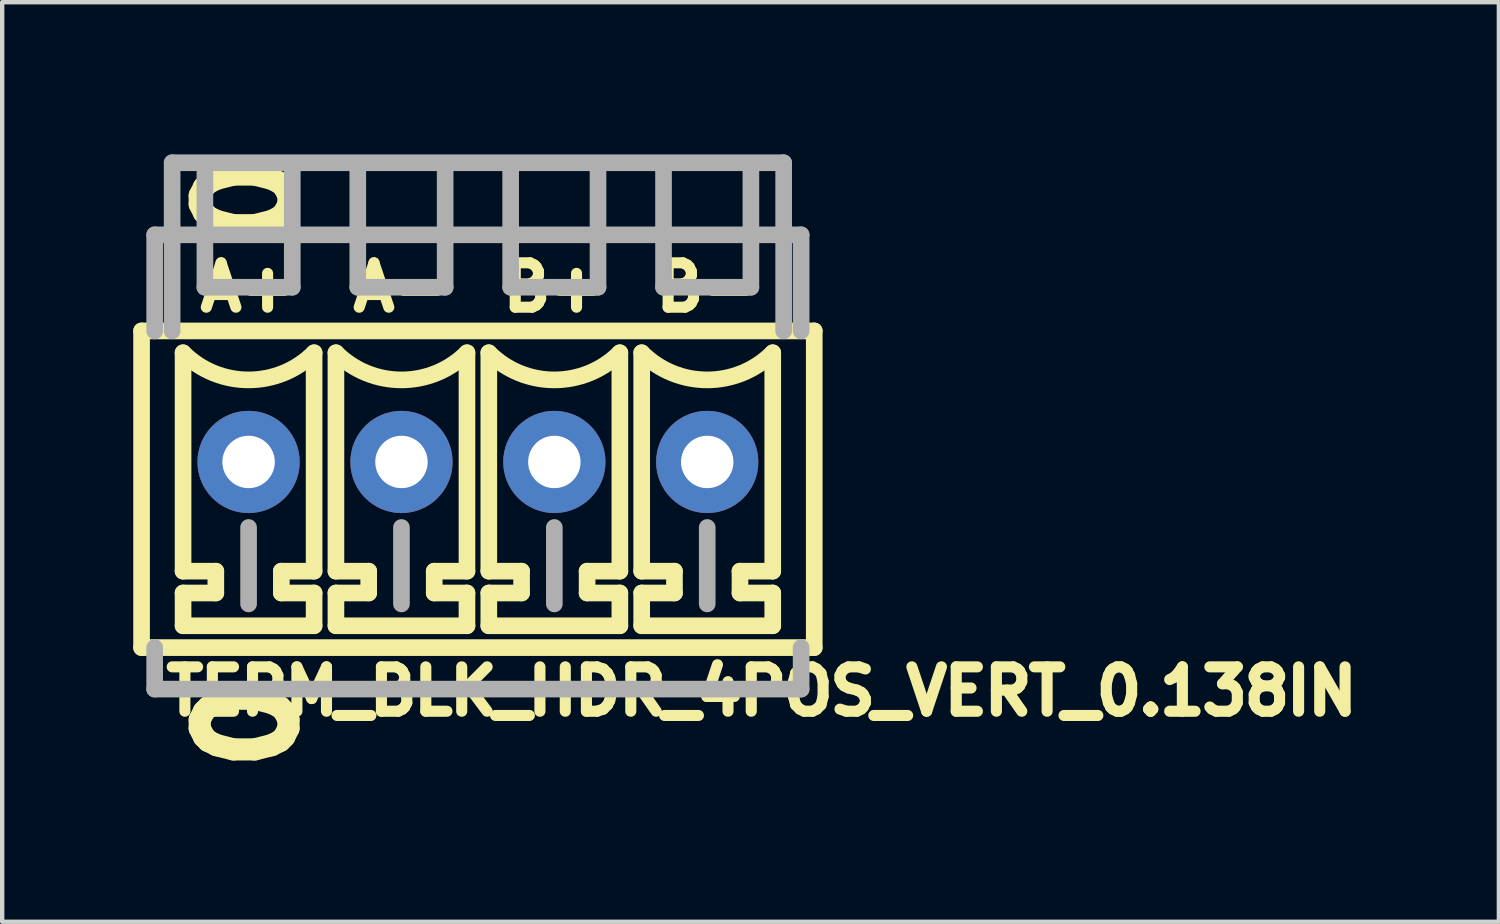
<source format=kicad_pcb>
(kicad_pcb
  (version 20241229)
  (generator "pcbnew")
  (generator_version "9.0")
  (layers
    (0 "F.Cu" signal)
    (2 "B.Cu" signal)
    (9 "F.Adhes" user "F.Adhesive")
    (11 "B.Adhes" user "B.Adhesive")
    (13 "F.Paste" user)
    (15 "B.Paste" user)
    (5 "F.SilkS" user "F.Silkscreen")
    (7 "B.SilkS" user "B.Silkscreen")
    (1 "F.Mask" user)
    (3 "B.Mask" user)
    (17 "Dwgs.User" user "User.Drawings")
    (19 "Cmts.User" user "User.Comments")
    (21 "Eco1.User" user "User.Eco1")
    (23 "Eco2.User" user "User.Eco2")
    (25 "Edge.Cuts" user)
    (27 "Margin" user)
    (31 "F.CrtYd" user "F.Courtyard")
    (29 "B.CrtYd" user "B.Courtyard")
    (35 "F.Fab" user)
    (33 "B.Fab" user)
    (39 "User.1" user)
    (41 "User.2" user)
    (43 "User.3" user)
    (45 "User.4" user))
  (footprint "TERM_BLK_HDR_4POS_VERT_0.138IN"
    (layer "F.Cu")
    (at 7.891 7.526)
    (property "Reference" "TERM_BLK_HDR_4POS_VERT_0.138IN" (at 6.5 5.25 180) (layer "F.SilkS") (effects (font (size 1.016 1.016) (thickness 0.254))))
    (attr through_hole)
    (fp_line (start -7.7 -3) (end -7.7 4.25) (stroke (width 0.381) (type solid)) (layer "F.SilkS"))
    (fp_line (start -6.75 -2.5) (end -6.75 2.5) (stroke (width 0.381) (type solid)) (layer "F.SilkS"))
    (fp_line (start -6.75 2.5) (end -6 2.5) (stroke (width 0.381) (type solid)) (layer "F.SilkS"))
    (fp_line (start -6.75 3) (end -6.75 3.75) (stroke (width 0.381) (type solid)) (layer "F.SilkS"))
    (fp_line (start -6.75 3.75) (end -3.75 3.75) (stroke (width 0.381) (type solid)) (layer "F.SilkS"))
    (fp_line (start -6 2.5) (end -6 3) (stroke (width 0.381) (type solid)) (layer "F.SilkS"))
    (fp_line (start -6 3) (end -6.75 3) (stroke (width 0.381) (type solid)) (layer "F.SilkS"))
    (fp_line (start -4.5 2.5) (end -4.5 3) (stroke (width 0.381) (type solid)) (layer "F.SilkS"))
    (fp_line (start -4.5 3) (end -3.75 3) (stroke (width 0.381) (type solid)) (layer "F.SilkS"))
    (fp_line (start -3.75 -2.5) (end -3.75 2.5) (stroke (width 0.381) (type solid)) (layer "F.SilkS"))
    (fp_line (start -3.75 2.5) (end -4.5 2.5) (stroke (width 0.381) (type solid)) (layer "F.SilkS"))
    (fp_line (start -3.75 3) (end -3.75 3.75) (stroke (width 0.381) (type solid)) (layer "F.SilkS"))
    (fp_line (start -3.25 -2.5) (end -3.25 2.5) (stroke (width 0.381) (type solid)) (layer "F.SilkS"))
    (fp_line (start -3.25 2.5) (end -2.5 2.5) (stroke (width 0.381) (type solid)) (layer "F.SilkS"))
    (fp_line (start -3.25 3) (end -3.25 3.75) (stroke (width 0.381) (type solid)) (layer "F.SilkS"))
    (fp_line (start -3.25 3.75) (end -0.25 3.75) (stroke (width 0.381) (type solid)) (layer "F.SilkS"))
    (fp_line (start -2.5 2.5) (end -2.5 3) (stroke (width 0.381) (type solid)) (layer "F.SilkS"))
    (fp_line (start -2.5 3) (end -3.25 3) (stroke (width 0.381) (type solid)) (layer "F.SilkS"))
    (fp_line (start -1 2.5) (end -1 3) (stroke (width 0.381) (type solid)) (layer "F.SilkS"))
    (fp_line (start -1 3) (end -0.25 3) (stroke (width 0.381) (type solid)) (layer "F.SilkS"))
    (fp_line (start -0.25 -2.5) (end -0.25 2.5) (stroke (width 0.381) (type solid)) (layer "F.SilkS"))
    (fp_line (start -0.25 2.5) (end -1 2.5) (stroke (width 0.381) (type solid)) (layer "F.SilkS"))
    (fp_line (start -0.25 3) (end -0.25 3.75) (stroke (width 0.381) (type solid)) (layer "F.SilkS"))
    (fp_line (start 0.25 -2.5) (end 0.25 2.5) (stroke (width 0.381) (type solid)) (layer "F.SilkS"))
    (fp_line (start 0.25 2.5) (end 1 2.5) (stroke (width 0.381) (type solid)) (layer "F.SilkS"))
    (fp_line (start 0.25 3) (end 0.25 3.75) (stroke (width 0.381) (type solid)) (layer "F.SilkS"))
    (fp_line (start 0.25 3.75) (end 3.25 3.75) (stroke (width 0.381) (type solid)) (layer "F.SilkS"))
    (fp_line (start 1 2.5) (end 1 3) (stroke (width 0.381) (type solid)) (layer "F.SilkS"))
    (fp_line (start 1 3) (end 0.25 3) (stroke (width 0.381) (type solid)) (layer "F.SilkS"))
    (fp_line (start 2.5 2.5) (end 2.5 3) (stroke (width 0.381) (type solid)) (layer "F.SilkS"))
    (fp_line (start 2.5 3) (end 3.25 3) (stroke (width 0.381) (type solid)) (layer "F.SilkS"))
    (fp_line (start 3.25 -2.5) (end 3.25 2.5) (stroke (width 0.381) (type solid)) (layer "F.SilkS"))
    (fp_line (start 3.25 2.5) (end 2.5 2.5) (stroke (width 0.381) (type solid)) (layer "F.SilkS"))
    (fp_line (start 3.25 3) (end 3.25 3.75) (stroke (width 0.381) (type solid)) (layer "F.SilkS"))
    (fp_line (start 3.75 -2.5) (end 3.75 2.5) (stroke (width 0.381) (type solid)) (layer "F.SilkS"))
    (fp_line (start 3.75 2.5) (end 4.5 2.5) (stroke (width 0.381) (type solid)) (layer "F.SilkS"))
    (fp_line (start 3.75 3) (end 3.75 3.75) (stroke (width 0.381) (type solid)) (layer "F.SilkS"))
    (fp_line (start 3.75 3.75) (end 6.75 3.75) (stroke (width 0.381) (type solid)) (layer "F.SilkS"))
    (fp_line (start 4.5 2.5) (end 4.5 3) (stroke (width 0.381) (type solid)) (layer "F.SilkS"))
    (fp_line (start 4.5 3) (end 3.75 3) (stroke (width 0.381) (type solid)) (layer "F.SilkS"))
    (fp_line (start 6 2.5) (end 6 3) (stroke (width 0.381) (type solid)) (layer "F.SilkS"))
    (fp_line (start 6 3) (end 6.75 3) (stroke (width 0.381) (type solid)) (layer "F.SilkS"))
    (fp_line (start 6.75 -2.5) (end 6.75 2.5) (stroke (width 0.381) (type solid)) (layer "F.SilkS"))
    (fp_line (start 6.75 2.5) (end 6 2.5) (stroke (width 0.381) (type solid)) (layer "F.SilkS"))
    (fp_line (start 6.75 3) (end 6.75 3.75) (stroke (width 0.381) (type solid)) (layer "F.SilkS"))
    (fp_line (start 7.7 -3) (end -7.7 -3) (stroke (width 0.381) (type solid)) (layer "F.SilkS"))
    (fp_line (start 7.7 -3) (end 7.7 4.25) (stroke (width 0.381) (type solid)) (layer "F.SilkS"))
    (fp_line (start 7.7 4.25) (end -7.7 4.25) (stroke (width 0.381) (type solid)) (layer "F.SilkS"))
    (fp_arc (start -3.75 -2.5) (mid -5.25 -1.87868) (end -6.75 -2.5) (stroke (width 0.381) (type solid)) (layer "F.SilkS"))
    (fp_arc (start -0.25 -2.5) (mid -1.75 -1.87868) (end -3.25 -2.5) (stroke (width 0.381) (type solid)) (layer "F.SilkS"))
    (fp_arc (start 3.25 -2.5) (mid 1.75 -1.87868) (end 0.25 -2.5) (stroke (width 0.381) (type solid)) (layer "F.SilkS"))
    (fp_arc (start 6.75 -2.5) (mid 5.25 -1.87868) (end 3.75 -2.5) (stroke (width 0.381) (type solid)) (layer "F.SilkS"))
    (fp_line (start -7.4 -5.2) (end 7.4 -5.2) (stroke (width 0.381) (type solid)) (layer "F.Fab"))
    (fp_line (start -7.4 -3) (end -7.4 -5.2) (stroke (width 0.381) (type solid)) (layer "F.Fab"))
    (fp_line (start -7.4 4.25) (end -7.4 5.2) (stroke (width 0.381) (type solid)) (layer "F.Fab"))
    (fp_line (start -7.4 5.2) (end 7.4 5.2) (stroke (width 0.381) (type solid)) (layer "F.Fab"))
    (fp_line (start -7 -6.85) (end 7 -6.85) (stroke (width 0.381) (type solid)) (layer "F.Fab"))
    (fp_line (start -7 -3) (end -7 -6.85) (stroke (width 0.381) (type solid)) (layer "F.Fab"))
    (fp_line (start -6.25 -6.75) (end -6.25 -4) (stroke (width 0.381) (type solid)) (layer "F.Fab"))
    (fp_line (start -6.25 -4) (end -4.25 -4) (stroke (width 0.381) (type solid)) (layer "F.Fab"))
    (fp_line (start -5.25 1.5) (end -5.25 3.25) (stroke (width 0.381) (type solid)) (layer "F.Fab"))
    (fp_line (start -4.25 -4) (end -4.25 -6.75) (stroke (width 0.381) (type solid)) (layer "F.Fab"))
    (fp_line (start -2.75 -6.75) (end -2.75 -4) (stroke (width 0.381) (type solid)) (layer "F.Fab"))
    (fp_line (start -2.75 -4) (end -0.75 -4) (stroke (width 0.381) (type solid)) (layer "F.Fab"))
    (fp_line (start -1.75 1.5) (end -1.75 3.25) (stroke (width 0.381) (type solid)) (layer "F.Fab"))
    (fp_line (start -0.75 -4) (end -0.75 -6.75) (stroke (width 0.381) (type solid)) (layer "F.Fab"))
    (fp_line (start 0.75 -6.75) (end 0.75 -4) (stroke (width 0.381) (type solid)) (layer "F.Fab"))
    (fp_line (start 0.75 -4) (end 2.75 -4) (stroke (width 0.381) (type solid)) (layer "F.Fab"))
    (fp_line (start 1.75 1.5) (end 1.75 3.25) (stroke (width 0.381) (type solid)) (layer "F.Fab"))
    (fp_line (start 2.75 -4) (end 2.75 -6.75) (stroke (width 0.381) (type solid)) (layer "F.Fab"))
    (fp_line (start 4.25 -6.75) (end 4.25 -4) (stroke (width 0.381) (type solid)) (layer "F.Fab"))
    (fp_line (start 4.25 -4) (end 6.25 -4) (stroke (width 0.381) (type solid)) (layer "F.Fab"))
    (fp_line (start 5.25 1.5) (end 5.25 3.25) (stroke (width 0.381) (type solid)) (layer "F.Fab"))
    (fp_line (start 6.25 -4) (end 6.25 -6.75) (stroke (width 0.381) (type solid)) (layer "F.Fab"))
    (fp_line (start 7 -6.85) (end 7 -3) (stroke (width 0.381) (type solid)) (layer "F.Fab"))
    (fp_line (start 7.4 -5.2) (end 7.4 -3) (stroke (width 0.381) (type solid)) (layer "F.Fab"))
    (fp_line (start 7.4 5.2) (end 7.4 4.25) (stroke (width 0.381) (type solid)) (layer "F.Fab"))
    (fp_text user "A-" (at -1.75 -4 0) (layer "F.SilkS") (effects (font (size 1.016 1.016) (thickness 0.254))))
    (fp_text user "0" (at -5.25 6 270) (layer "F.SilkS") (effects (font (size 2.032 2.032) (thickness 0.508))))
    (fp_text user "B+" (at 1.75 -4 0) (layer "F.SilkS") (effects (font (size 1.016 1.016) (thickness 0.254))))
    (fp_text user "A+" (at -5.25 -4 0) (layer "F.SilkS") (effects (font (size 1.016 1.016) (thickness 0.254))))
    (fp_text user "B-" (at 5.25 -4 0) (layer "F.SilkS") (effects (font (size 1.016 1.016) (thickness 0.254))))
    (fp_text user "0" (at -5.25 -6 90) (layer "F.SilkS") (effects (font (size 2.032 2.032) (thickness 0.508))))
    (pad "1" thru_hole circle (at 5.25 0) (size 2.34 2.34) (drill 1.2) (layers "*.Cu" "*.Mask"))
    (pad "2" thru_hole circle (at 1.75 0) (size 2.34 2.34) (drill 1.2) (layers "*.Cu" "*.Mask"))
    (pad "3" thru_hole circle (at -1.75 0) (size 2.34 2.34) (drill 1.2) (layers "*.Cu" "*.Mask"))
    (pad "4" thru_hole circle (at -5.25 0) (size 2.34 2.34) (drill 1.2) (layers "*.Cu" "*.Mask")))
  (gr_rect
    (start -3 -3)
    (end 31.265 18.053)
    (stroke (width 0.1) (type default))
    (fill no)
    (layer "Edge.Cuts")))
</source>
